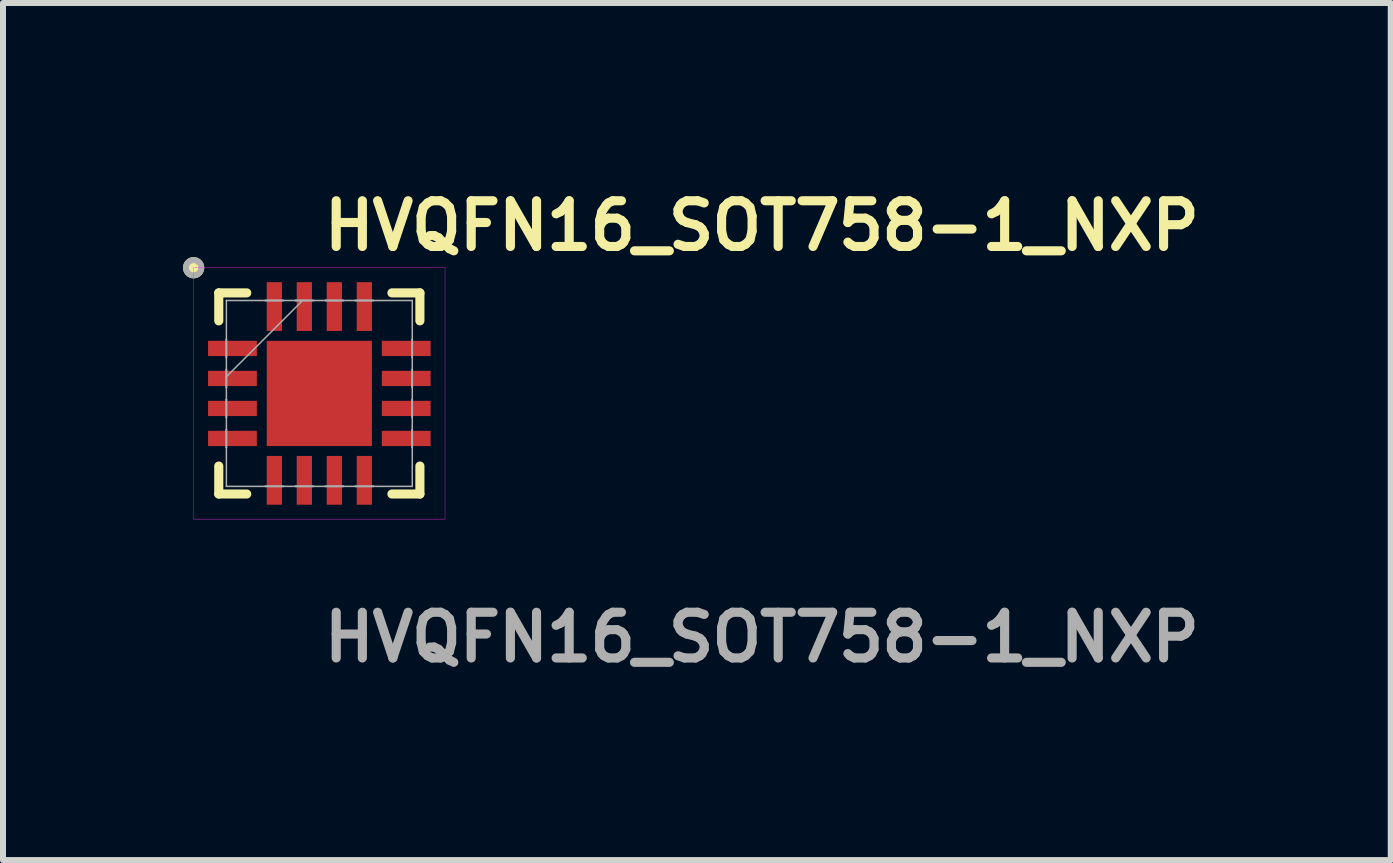
<source format=kicad_pcb>
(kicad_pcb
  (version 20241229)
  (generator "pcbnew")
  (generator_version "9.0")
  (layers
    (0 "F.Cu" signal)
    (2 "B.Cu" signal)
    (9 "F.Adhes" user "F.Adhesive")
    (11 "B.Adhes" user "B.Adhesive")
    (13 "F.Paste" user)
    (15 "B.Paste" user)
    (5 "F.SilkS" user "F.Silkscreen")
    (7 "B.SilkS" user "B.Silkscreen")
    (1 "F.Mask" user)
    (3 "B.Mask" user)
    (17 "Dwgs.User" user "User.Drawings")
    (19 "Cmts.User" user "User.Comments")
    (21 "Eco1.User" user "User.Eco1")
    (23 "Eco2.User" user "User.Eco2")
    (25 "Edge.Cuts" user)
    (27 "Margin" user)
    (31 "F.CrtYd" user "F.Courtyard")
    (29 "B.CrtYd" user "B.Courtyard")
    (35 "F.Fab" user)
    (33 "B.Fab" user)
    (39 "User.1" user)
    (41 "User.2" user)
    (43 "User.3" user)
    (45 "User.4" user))
  (footprint "HVQFN16_SOT758-1_NXP"
    (layer "F.Cu")
    (at 2.272 3.507)
    (property "Reference" "HVQFN16_SOT758-1_NXP" (at 0 -2.794 0) (unlocked yes) (layer "F.SilkS") (effects (font (size 0.762 0.762) (thickness 0.152) (bold yes)) (justify left)))
    (attr smd)
    (fp_line (start -1.676 -1.676) (end -1.676 -1.21) (stroke (width 0.152) (type solid)) (layer "F.SilkS"))
    (fp_line (start -1.676 1.21) (end -1.676 1.676) (stroke (width 0.152) (type solid)) (layer "F.SilkS"))
    (fp_line (start -1.676 1.676) (end -1.21 1.676) (stroke (width 0.152) (type solid)) (layer "F.SilkS"))
    (fp_line (start -1.21 -1.676) (end -1.676 -1.676) (stroke (width 0.152) (type solid)) (layer "F.SilkS"))
    (fp_line (start 1.21 1.676) (end 1.676 1.676) (stroke (width 0.152) (type solid)) (layer "F.SilkS"))
    (fp_line (start 1.676 -1.676) (end 1.21 -1.676) (stroke (width 0.152) (type solid)) (layer "F.SilkS"))
    (fp_line (start 1.676 -1.21) (end 1.676 -1.676) (stroke (width 0.152) (type solid)) (layer "F.SilkS"))
    (fp_line (start 1.676 1.676) (end 1.676 1.21) (stroke (width 0.152) (type solid)) (layer "F.SilkS"))
    (fp_circle (center -2.095 -2.095) (end -1.968 -2.095) (stroke (width 0.1) (type solid)) (fill yes) (layer "F.SilkS"))
    (fp_rect (start -2.095 -2.095) (end 2.095 2.095) (stroke (width 0.006) (type solid)) (fill no) (layer "F.CrtYd"))
    (fp_line (start -1.549 -1.549) (end -1.549 -1.549) (stroke (width 0.025) (type solid)) (layer "F.Fab"))
    (fp_line (start -1.549 -1.549) (end -1.549 1.549) (stroke (width 0.025) (type solid)) (layer "F.Fab"))
    (fp_line (start -1.549 -0.902) (end -1.549 -0.902) (stroke (width 0.025) (type solid)) (layer "F.Fab"))
    (fp_line (start -1.549 -0.902) (end -1.549 -0.598) (stroke (width 0.025) (type solid)) (layer "F.Fab"))
    (fp_line (start -1.549 -0.598) (end -1.549 -0.902) (stroke (width 0.025) (type solid)) (layer "F.Fab"))
    (fp_line (start -1.549 -0.598) (end -1.549 -0.598) (stroke (width 0.025) (type solid)) (layer "F.Fab"))
    (fp_line (start -1.549 -0.402) (end -1.549 -0.402) (stroke (width 0.025) (type solid)) (layer "F.Fab"))
    (fp_line (start -1.549 -0.402) (end -1.549 -0.098) (stroke (width 0.025) (type solid)) (layer "F.Fab"))
    (fp_line (start -1.549 -0.279) (end -0.279 -1.549) (stroke (width 0.025) (type solid)) (layer "F.Fab"))
    (fp_line (start -1.549 -0.098) (end -1.549 -0.402) (stroke (width 0.025) (type solid)) (layer "F.Fab"))
    (fp_line (start -1.549 -0.098) (end -1.549 -0.098) (stroke (width 0.025) (type solid)) (layer "F.Fab"))
    (fp_line (start -1.549 0.098) (end -1.549 0.098) (stroke (width 0.025) (type solid)) (layer "F.Fab"))
    (fp_line (start -1.549 0.098) (end -1.549 0.402) (stroke (width 0.025) (type solid)) (layer "F.Fab"))
    (fp_line (start -1.549 0.402) (end -1.549 0.098) (stroke (width 0.025) (type solid)) (layer "F.Fab"))
    (fp_line (start -1.549 0.402) (end -1.549 0.402) (stroke (width 0.025) (type solid)) (layer "F.Fab"))
    (fp_line (start -1.549 0.598) (end -1.549 0.598) (stroke (width 0.025) (type solid)) (layer "F.Fab"))
    (fp_line (start -1.549 0.598) (end -1.549 0.902) (stroke (width 0.025) (type solid)) (layer "F.Fab"))
    (fp_line (start -1.549 0.902) (end -1.549 0.598) (stroke (width 0.025) (type solid)) (layer "F.Fab"))
    (fp_line (start -1.549 0.902) (end -1.549 0.902) (stroke (width 0.025) (type solid)) (layer "F.Fab"))
    (fp_line (start -1.549 1.549) (end -1.549 1.549) (stroke (width 0.025) (type solid)) (layer "F.Fab"))
    (fp_line (start -1.549 1.549) (end 1.549 1.549) (stroke (width 0.025) (type solid)) (layer "F.Fab"))
    (fp_line (start -0.902 -1.549) (end -0.902 -1.549) (stroke (width 0.025) (type solid)) (layer "F.Fab"))
    (fp_line (start -0.902 -1.549) (end -0.598 -1.549) (stroke (width 0.025) (type solid)) (layer "F.Fab"))
    (fp_line (start -0.902 1.549) (end -0.902 1.549) (stroke (width 0.025) (type solid)) (layer "F.Fab"))
    (fp_line (start -0.902 1.549) (end -0.598 1.549) (stroke (width 0.025) (type solid)) (layer "F.Fab"))
    (fp_line (start -0.598 -1.549) (end -0.902 -1.549) (stroke (width 0.025) (type solid)) (layer "F.Fab"))
    (fp_line (start -0.598 -1.549) (end -0.598 -1.549) (stroke (width 0.025) (type solid)) (layer "F.Fab"))
    (fp_line (start -0.598 1.549) (end -0.902 1.549) (stroke (width 0.025) (type solid)) (layer "F.Fab"))
    (fp_line (start -0.598 1.549) (end -0.598 1.549) (stroke (width 0.025) (type solid)) (layer "F.Fab"))
    (fp_line (start -0.402 -1.549) (end -0.402 -1.549) (stroke (width 0.025) (type solid)) (layer "F.Fab"))
    (fp_line (start -0.402 -1.549) (end -0.098 -1.549) (stroke (width 0.025) (type solid)) (layer "F.Fab"))
    (fp_line (start -0.402 1.549) (end -0.402 1.549) (stroke (width 0.025) (type solid)) (layer "F.Fab"))
    (fp_line (start -0.402 1.549) (end -0.098 1.549) (stroke (width 0.025) (type solid)) (layer "F.Fab"))
    (fp_line (start -0.098 -1.549) (end -0.402 -1.549) (stroke (width 0.025) (type solid)) (layer "F.Fab"))
    (fp_line (start -0.098 -1.549) (end -0.098 -1.549) (stroke (width 0.025) (type solid)) (layer "F.Fab"))
    (fp_line (start -0.098 1.549) (end -0.402 1.549) (stroke (width 0.025) (type solid)) (layer "F.Fab"))
    (fp_line (start -0.098 1.549) (end -0.098 1.549) (stroke (width 0.025) (type solid)) (layer "F.Fab"))
    (fp_line (start 0.098 -1.549) (end 0.098 -1.549) (stroke (width 0.025) (type solid)) (layer "F.Fab"))
    (fp_line (start 0.098 -1.549) (end 0.402 -1.549) (stroke (width 0.025) (type solid)) (layer "F.Fab"))
    (fp_line (start 0.098 1.549) (end 0.098 1.549) (stroke (width 0.025) (type solid)) (layer "F.Fab"))
    (fp_line (start 0.098 1.549) (end 0.402 1.549) (stroke (width 0.025) (type solid)) (layer "F.Fab"))
    (fp_line (start 0.402 -1.549) (end 0.098 -1.549) (stroke (width 0.025) (type solid)) (layer "F.Fab"))
    (fp_line (start 0.402 -1.549) (end 0.402 -1.549) (stroke (width 0.025) (type solid)) (layer "F.Fab"))
    (fp_line (start 0.402 1.549) (end 0.098 1.549) (stroke (width 0.025) (type solid)) (layer "F.Fab"))
    (fp_line (start 0.402 1.549) (end 0.402 1.549) (stroke (width 0.025) (type solid)) (layer "F.Fab"))
    (fp_line (start 0.598 -1.549) (end 0.598 -1.549) (stroke (width 0.025) (type solid)) (layer "F.Fab"))
    (fp_line (start 0.598 -1.549) (end 0.902 -1.549) (stroke (width 0.025) (type solid)) (layer "F.Fab"))
    (fp_line (start 0.598 1.549) (end 0.598 1.549) (stroke (width 0.025) (type solid)) (layer "F.Fab"))
    (fp_line (start 0.598 1.549) (end 0.902 1.549) (stroke (width 0.025) (type solid)) (layer "F.Fab"))
    (fp_line (start 0.902 -1.549) (end 0.598 -1.549) (stroke (width 0.025) (type solid)) (layer "F.Fab"))
    (fp_line (start 0.902 -1.549) (end 0.902 -1.549) (stroke (width 0.025) (type solid)) (layer "F.Fab"))
    (fp_line (start 0.902 1.549) (end 0.598 1.549) (stroke (width 0.025) (type solid)) (layer "F.Fab"))
    (fp_line (start 0.902 1.549) (end 0.902 1.549) (stroke (width 0.025) (type solid)) (layer "F.Fab"))
    (fp_line (start 1.549 -1.549) (end -1.549 -1.549) (stroke (width 0.025) (type solid)) (layer "F.Fab"))
    (fp_line (start 1.549 -1.549) (end 1.549 -1.549) (stroke (width 0.025) (type solid)) (layer "F.Fab"))
    (fp_line (start 1.549 -0.902) (end 1.549 -0.902) (stroke (width 0.025) (type solid)) (layer "F.Fab"))
    (fp_line (start 1.549 -0.902) (end 1.549 -0.598) (stroke (width 0.025) (type solid)) (layer "F.Fab"))
    (fp_line (start 1.549 -0.598) (end 1.549 -0.902) (stroke (width 0.025) (type solid)) (layer "F.Fab"))
    (fp_line (start 1.549 -0.598) (end 1.549 -0.598) (stroke (width 0.025) (type solid)) (layer "F.Fab"))
    (fp_line (start 1.549 -0.402) (end 1.549 -0.402) (stroke (width 0.025) (type solid)) (layer "F.Fab"))
    (fp_line (start 1.549 -0.402) (end 1.549 -0.098) (stroke (width 0.025) (type solid)) (layer "F.Fab"))
    (fp_line (start 1.549 -0.098) (end 1.549 -0.402) (stroke (width 0.025) (type solid)) (layer "F.Fab"))
    (fp_line (start 1.549 -0.098) (end 1.549 -0.098) (stroke (width 0.025) (type solid)) (layer "F.Fab"))
    (fp_line (start 1.549 0.098) (end 1.549 0.098) (stroke (width 0.025) (type solid)) (layer "F.Fab"))
    (fp_line (start 1.549 0.098) (end 1.549 0.402) (stroke (width 0.025) (type solid)) (layer "F.Fab"))
    (fp_line (start 1.549 0.402) (end 1.549 0.098) (stroke (width 0.025) (type solid)) (layer "F.Fab"))
    (fp_line (start 1.549 0.402) (end 1.549 0.402) (stroke (width 0.025) (type solid)) (layer "F.Fab"))
    (fp_line (start 1.549 0.598) (end 1.549 0.598) (stroke (width 0.025) (type solid)) (layer "F.Fab"))
    (fp_line (start 1.549 0.598) (end 1.549 0.902) (stroke (width 0.025) (type solid)) (layer "F.Fab"))
    (fp_line (start 1.549 0.902) (end 1.549 0.598) (stroke (width 0.025) (type solid)) (layer "F.Fab"))
    (fp_line (start 1.549 0.902) (end 1.549 0.902) (stroke (width 0.025) (type solid)) (layer "F.Fab"))
    (fp_line (start 1.549 1.549) (end 1.549 -1.549) (stroke (width 0.025) (type solid)) (layer "F.Fab"))
    (fp_line (start 1.549 1.549) (end 1.549 1.549) (stroke (width 0.025) (type solid)) (layer "F.Fab"))
    (fp_circle (center -2.095 -2.095) (end -1.968 -2.095) (stroke (width 0.1) (type solid)) (fill no) (layer "F.Fab"))
    (fp_text user "${REFERENCE}" (at 0 4.064 0) (unlocked yes) (layer "F.Fab") (effects (font (size 0.762 0.762) (thickness 0.152) (bold yes)) (justify left)))
    (pad "1" smd rect (at -1.448 -0.75 90) (size 0.254 0.813) (layers "F.Cu" "F.Mask" "F.Paste"))
    (pad "2" smd rect (at -1.448 -0.25 90) (size 0.254 0.813) (layers "F.Cu" "F.Mask" "F.Paste"))
    (pad "3" smd rect (at -1.448 0.25 90) (size 0.254 0.813) (layers "F.Cu" "F.Mask" "F.Paste"))
    (pad "4" smd rect (at -1.448 0.75 90) (size 0.254 0.813) (layers "F.Cu" "F.Mask" "F.Paste"))
    (pad "5" smd rect (at -0.75 1.448) (size 0.254 0.813) (layers "F.Cu" "F.Mask" "F.Paste"))
    (pad "6" smd rect (at -0.25 1.448) (size 0.254 0.813) (layers "F.Cu" "F.Mask" "F.Paste"))
    (pad "7" smd rect (at 0.25 1.448) (size 0.254 0.813) (layers "F.Cu" "F.Mask" "F.Paste"))
    (pad "8" smd rect (at 0.75 1.448) (size 0.254 0.813) (layers "F.Cu" "F.Mask" "F.Paste"))
    (pad "9" smd rect (at 1.448 0.75 90) (size 0.254 0.813) (layers "F.Cu" "F.Mask" "F.Paste"))
    (pad "10" smd rect (at 1.448 0.25 90) (size 0.254 0.813) (layers "F.Cu" "F.Mask" "F.Paste"))
    (pad "11" smd rect (at 1.448 -0.25 90) (size 0.254 0.813) (layers "F.Cu" "F.Mask" "F.Paste"))
    (pad "12" smd rect (at 1.448 -0.75 90) (size 0.254 0.813) (layers "F.Cu" "F.Mask" "F.Paste"))
    (pad "13" smd rect (at 0.75 -1.448) (size 0.254 0.813) (layers "F.Cu" "F.Mask" "F.Paste"))
    (pad "14" smd rect (at 0.25 -1.448) (size 0.254 0.813) (layers "F.Cu" "F.Mask" "F.Paste"))
    (pad "15" smd rect (at -0.25 -1.448) (size 0.254 0.813) (layers "F.Cu" "F.Mask" "F.Paste"))
    (pad "16" smd rect (at -0.75 -1.448) (size 0.254 0.813) (layers "F.Cu" "F.Mask" "F.Paste"))
    (pad "17" smd rect (at 0 0) (size 1.753 1.753) (layers "F.Cu" "F.Mask" "F.Paste")))
  (gr_rect
    (start -3 -3)
    (end 20.128 11.284)
    (stroke (width 0.1) (type default))
    (fill no)
    (layer "Edge.Cuts")))
</source>
